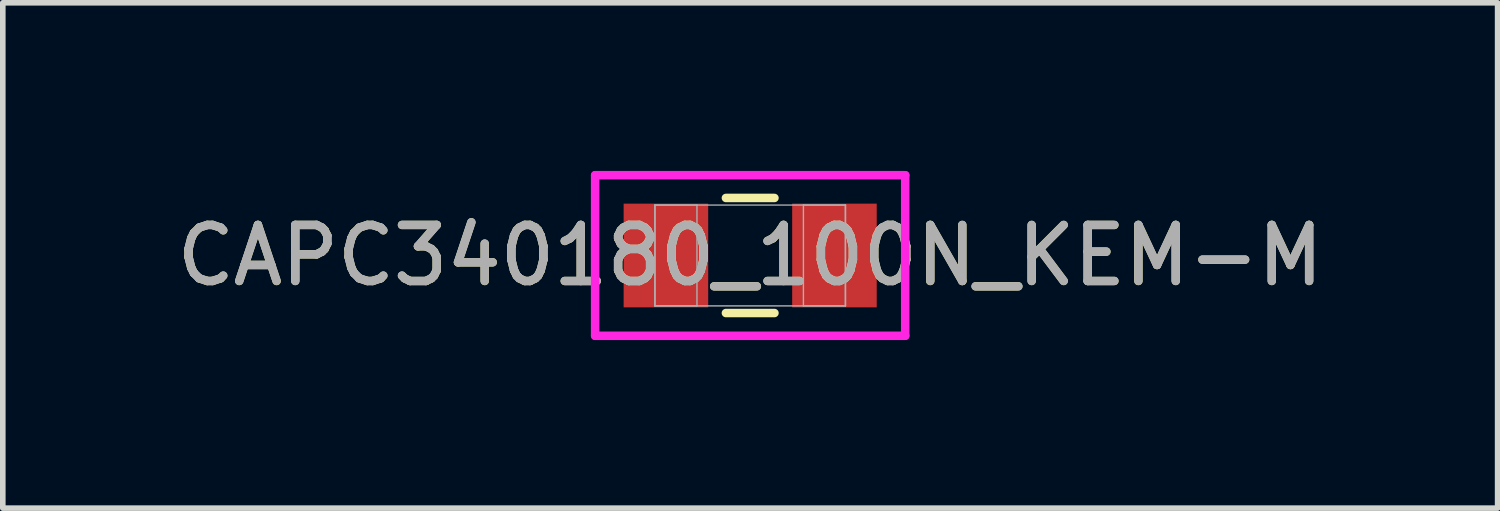
<source format=kicad_pcb>
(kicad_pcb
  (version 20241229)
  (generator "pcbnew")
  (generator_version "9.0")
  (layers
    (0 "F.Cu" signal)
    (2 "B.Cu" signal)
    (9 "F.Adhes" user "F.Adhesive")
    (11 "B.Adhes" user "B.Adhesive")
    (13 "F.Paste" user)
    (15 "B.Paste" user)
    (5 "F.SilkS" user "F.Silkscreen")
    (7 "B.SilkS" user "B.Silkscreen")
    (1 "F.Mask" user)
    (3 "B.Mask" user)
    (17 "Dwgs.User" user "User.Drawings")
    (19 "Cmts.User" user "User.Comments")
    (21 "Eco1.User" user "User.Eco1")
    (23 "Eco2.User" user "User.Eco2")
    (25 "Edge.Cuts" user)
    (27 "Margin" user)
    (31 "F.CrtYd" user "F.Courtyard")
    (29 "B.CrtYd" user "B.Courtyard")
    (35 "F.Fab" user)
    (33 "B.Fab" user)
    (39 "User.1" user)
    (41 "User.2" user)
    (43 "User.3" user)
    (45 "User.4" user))
  (footprint "CAPC340180_100N_KEM-M"
    (layer "F.Cu")
    (at 10.339 1.51)
    (property "Reference" "CAPC340180_100N_KEM-M" (at 0 0 0) (unlocked yes) (layer "F.SilkS") (effects (font (size 1 1) (thickness 0.15))))
    (attr smd)
    (fp_line (start -0.433 1.027) (end 0.433 1.027) (stroke (width 0.152) (type solid)) (layer "F.SilkS"))
    (fp_line (start 0.433 -1.027) (end -0.433 -1.027) (stroke (width 0.152) (type solid)) (layer "F.SilkS"))
    (fp_line (start -2.767 -1.433) (end 2.767 -1.433) (stroke (width 0.152) (type solid)) (layer "F.CrtYd"))
    (fp_line (start -2.767 1.433) (end -2.767 -1.433) (stroke (width 0.152) (type solid)) (layer "F.CrtYd"))
    (fp_line (start 2.767 -1.433) (end 2.767 1.433) (stroke (width 0.152) (type solid)) (layer "F.CrtYd"))
    (fp_line (start 2.767 1.433) (end -2.767 1.433) (stroke (width 0.152) (type solid)) (layer "F.CrtYd"))
    (fp_line (start -1.7 -0.9) (end -1.7 0.9) (stroke (width 0.025) (type solid)) (layer "F.Fab"))
    (fp_line (start -1.7 -0.9) (end -1.7 0.9) (stroke (width 0.025) (type solid)) (layer "F.Fab"))
    (fp_line (start -1.7 0.9) (end -0.95 0.9) (stroke (width 0.025) (type solid)) (layer "F.Fab"))
    (fp_line (start -1.7 0.9) (end 1.7 0.9) (stroke (width 0.025) (type solid)) (layer "F.Fab"))
    (fp_line (start -0.95 -0.9) (end -1.7 -0.9) (stroke (width 0.025) (type solid)) (layer "F.Fab"))
    (fp_line (start -0.95 0.9) (end -0.95 -0.9) (stroke (width 0.025) (type solid)) (layer "F.Fab"))
    (fp_line (start 0.95 -0.9) (end 0.95 0.9) (stroke (width 0.025) (type solid)) (layer "F.Fab"))
    (fp_line (start 0.95 0.9) (end 1.7 0.9) (stroke (width 0.025) (type solid)) (layer "F.Fab"))
    (fp_line (start 1.7 -0.9) (end -1.7 -0.9) (stroke (width 0.025) (type solid)) (layer "F.Fab"))
    (fp_line (start 1.7 -0.9) (end 0.95 -0.9) (stroke (width 0.025) (type solid)) (layer "F.Fab"))
    (fp_line (start 1.7 0.9) (end 1.7 -0.9) (stroke (width 0.025) (type solid)) (layer "F.Fab"))
    (fp_line (start 1.7 0.9) (end 1.7 -0.9) (stroke (width 0.025) (type solid)) (layer "F.Fab"))
    (fp_text user "${REFERENCE}" (at 0 0 0) (unlocked yes) (layer "F.Fab") (effects (font (size 1 1) (thickness 0.15))))
    (pad "1" smd rect (at -1.504 0) (size 1.509 1.851) (layers "F.Cu" "F.Mask" "F.Paste"))
    (pad "2" smd rect (at 1.504 0) (size 1.509 1.851) (layers "F.Cu" "F.Mask" "F.Paste"))
    (zone (net_name "") (layer "F.Cu") (hatch full 0.508) (connect_pads) (min_thickness 0.254) (filled_areas_thickness no) (keepout (tracks not_allowed) (vias not_allowed) (pads allowed) (copperpour not_allowed) (footprints allowed)) (placement (enabled no)) (fill) (polygon (pts (xy 9.64 0.66) (xy 11.038 0.66) (xy 11.038 2.359) (xy 9.64 2.359)))))
  (gr_rect
    (start -3 -3)
    (end 23.679 6.019)
    (stroke (width 0.1) (type default))
    (fill no)
    (layer "Edge.Cuts")))
</source>
